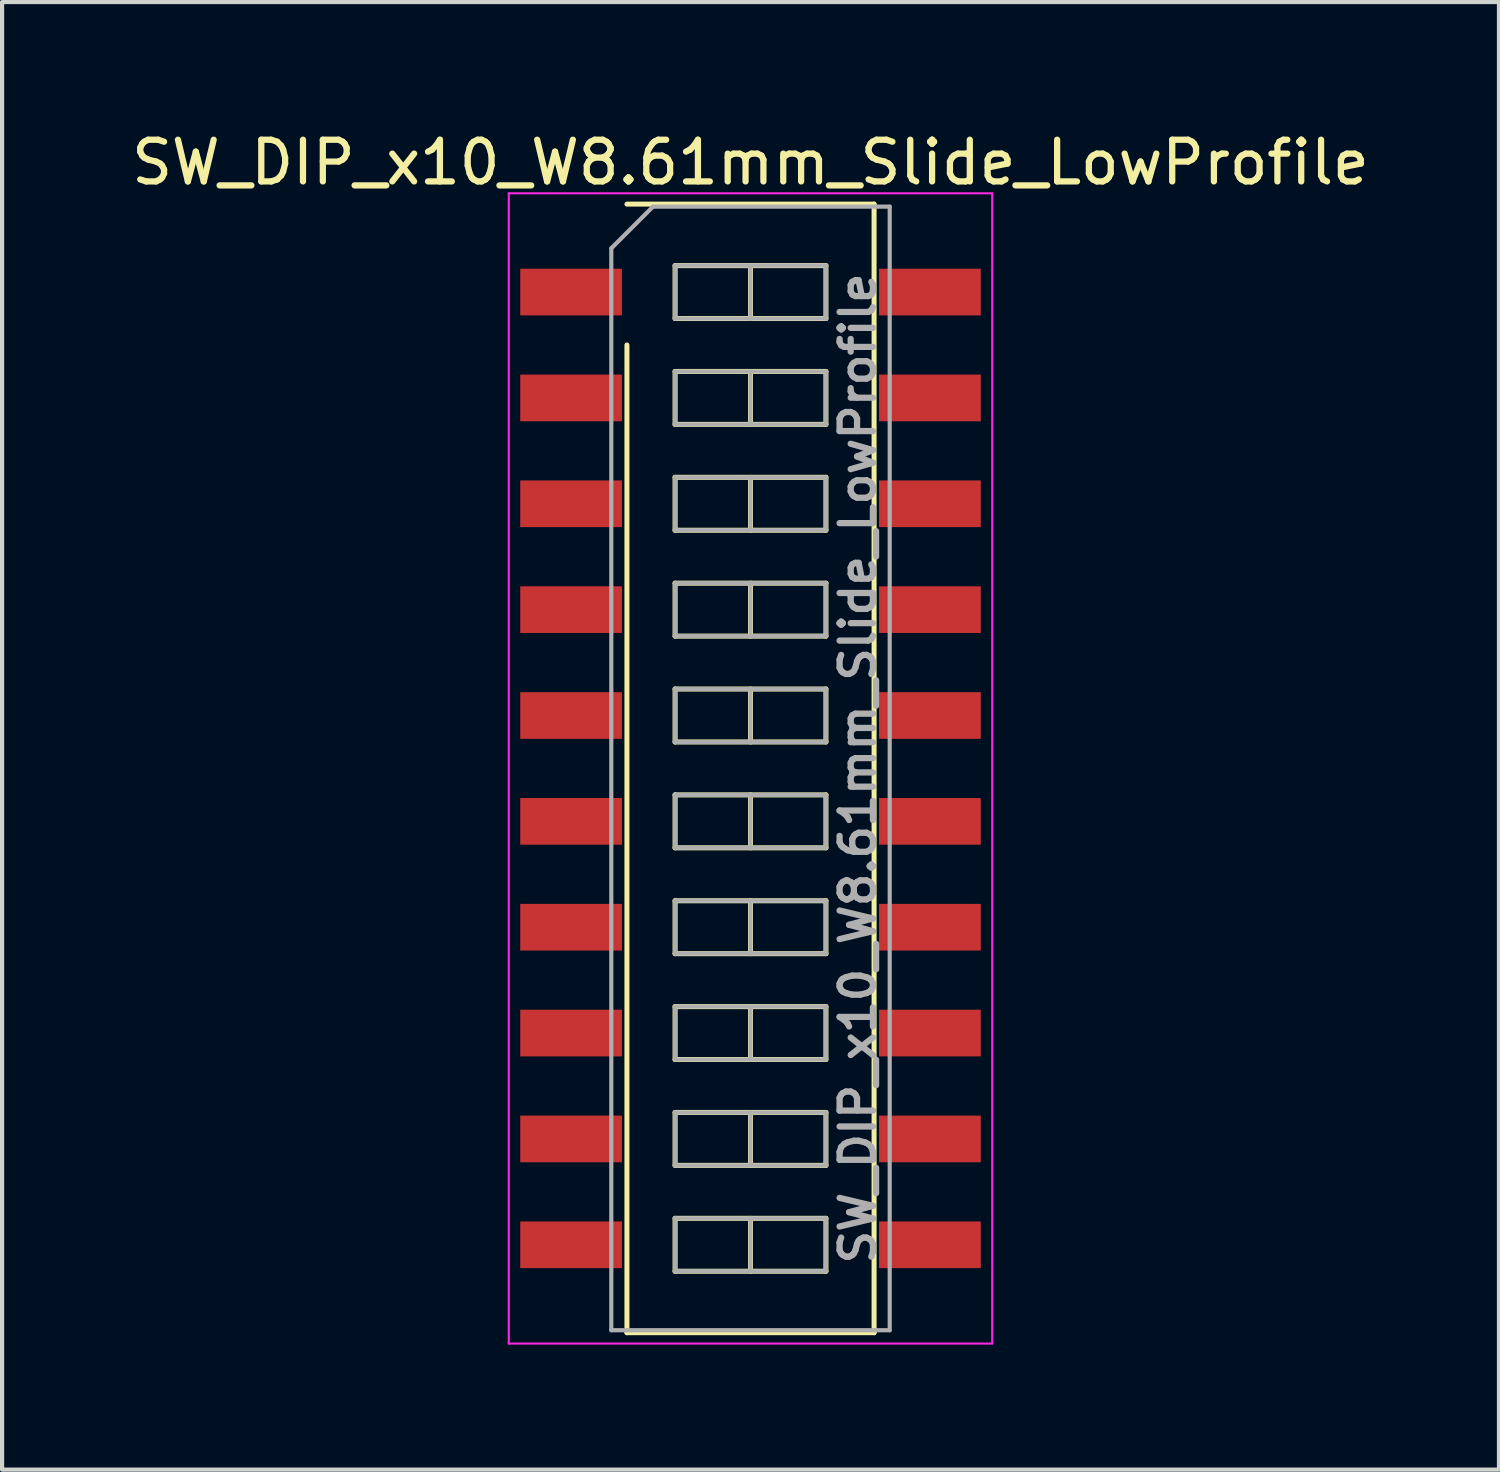
<source format=kicad_pcb>
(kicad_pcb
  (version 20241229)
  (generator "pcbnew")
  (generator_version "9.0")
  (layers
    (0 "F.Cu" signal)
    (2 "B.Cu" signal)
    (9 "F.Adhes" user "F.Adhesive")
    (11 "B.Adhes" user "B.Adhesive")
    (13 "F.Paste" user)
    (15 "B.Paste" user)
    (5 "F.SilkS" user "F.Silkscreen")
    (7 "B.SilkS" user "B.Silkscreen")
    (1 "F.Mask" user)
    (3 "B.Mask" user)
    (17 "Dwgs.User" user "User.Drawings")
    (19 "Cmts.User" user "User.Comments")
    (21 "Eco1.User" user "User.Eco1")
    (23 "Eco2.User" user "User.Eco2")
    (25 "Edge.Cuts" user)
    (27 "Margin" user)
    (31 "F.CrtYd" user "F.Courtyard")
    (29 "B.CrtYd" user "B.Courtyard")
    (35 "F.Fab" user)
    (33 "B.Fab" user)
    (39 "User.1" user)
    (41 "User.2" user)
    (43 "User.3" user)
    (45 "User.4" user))
  (footprint "SW_DIP_x10_W8.61mm_Slide_LowProfile"
    (layer "F.Cu")
    (at 14.958 15.388)
    (property "Reference" "SW_DIP_x10_W8.61mm_Slide_LowProfile" (at 0 -14.54 0) (layer "F.SilkS") (effects (font (size 1 1) (thickness 0.15))))
    (attr smd)
    (fp_line (start -2.965 -13.54) (end 2.965 -13.54) (stroke (width 0.12) (type solid)) (layer "F.SilkS"))
    (fp_line (start -2.965 13.54) (end -2.965 -10.16) (stroke (width 0.12) (type solid)) (layer "F.SilkS"))
    (fp_line (start -1.81 -12.065) (end -1.81 -10.795) (stroke (width 0.12) (type solid)) (layer "F.SilkS"))
    (fp_line (start -1.81 -10.795) (end 1.81 -10.795) (stroke (width 0.12) (type solid)) (layer "F.SilkS"))
    (fp_line (start -1.81 -9.525) (end -1.81 -8.255) (stroke (width 0.12) (type solid)) (layer "F.SilkS"))
    (fp_line (start -1.81 -8.255) (end 1.81 -8.255) (stroke (width 0.12) (type solid)) (layer "F.SilkS"))
    (fp_line (start -1.81 -6.985) (end -1.81 -5.715) (stroke (width 0.12) (type solid)) (layer "F.SilkS"))
    (fp_line (start -1.81 -5.715) (end 1.81 -5.715) (stroke (width 0.12) (type solid)) (layer "F.SilkS"))
    (fp_line (start -1.81 -4.445) (end -1.81 -3.175) (stroke (width 0.12) (type solid)) (layer "F.SilkS"))
    (fp_line (start -1.81 -3.175) (end 1.81 -3.175) (stroke (width 0.12) (type solid)) (layer "F.SilkS"))
    (fp_line (start -1.81 -1.905) (end -1.81 -0.635) (stroke (width 0.12) (type solid)) (layer "F.SilkS"))
    (fp_line (start -1.81 -0.635) (end 1.81 -0.635) (stroke (width 0.12) (type solid)) (layer "F.SilkS"))
    (fp_line (start -1.81 0.635) (end -1.81 1.905) (stroke (width 0.12) (type solid)) (layer "F.SilkS"))
    (fp_line (start -1.81 1.905) (end 1.81 1.905) (stroke (width 0.12) (type solid)) (layer "F.SilkS"))
    (fp_line (start -1.81 3.175) (end -1.81 4.445) (stroke (width 0.12) (type solid)) (layer "F.SilkS"))
    (fp_line (start -1.81 4.445) (end 1.81 4.445) (stroke (width 0.12) (type solid)) (layer "F.SilkS"))
    (fp_line (start -1.81 5.715) (end -1.81 6.985) (stroke (width 0.12) (type solid)) (layer "F.SilkS"))
    (fp_line (start -1.81 6.985) (end 1.81 6.985) (stroke (width 0.12) (type solid)) (layer "F.SilkS"))
    (fp_line (start -1.81 8.255) (end -1.81 9.525) (stroke (width 0.12) (type solid)) (layer "F.SilkS"))
    (fp_line (start -1.81 9.525) (end 1.81 9.525) (stroke (width 0.12) (type solid)) (layer "F.SilkS"))
    (fp_line (start -1.81 10.795) (end -1.81 12.065) (stroke (width 0.12) (type solid)) (layer "F.SilkS"))
    (fp_line (start -1.81 12.065) (end 1.81 12.065) (stroke (width 0.12) (type solid)) (layer "F.SilkS"))
    (fp_line (start 0 -12.065) (end 0 -10.795) (stroke (width 0.12) (type solid)) (layer "F.SilkS"))
    (fp_line (start 0 -9.525) (end 0 -8.255) (stroke (width 0.12) (type solid)) (layer "F.SilkS"))
    (fp_line (start 0 -6.985) (end 0 -5.715) (stroke (width 0.12) (type solid)) (layer "F.SilkS"))
    (fp_line (start 0 -4.445) (end 0 -3.175) (stroke (width 0.12) (type solid)) (layer "F.SilkS"))
    (fp_line (start 0 -1.905) (end 0 -0.635) (stroke (width 0.12) (type solid)) (layer "F.SilkS"))
    (fp_line (start 0 0.635) (end 0 1.905) (stroke (width 0.12) (type solid)) (layer "F.SilkS"))
    (fp_line (start 0 3.175) (end 0 4.445) (stroke (width 0.12) (type solid)) (layer "F.SilkS"))
    (fp_line (start 0 5.715) (end 0 6.985) (stroke (width 0.12) (type solid)) (layer "F.SilkS"))
    (fp_line (start 0 8.255) (end 0 9.525) (stroke (width 0.12) (type solid)) (layer "F.SilkS"))
    (fp_line (start 0 10.795) (end 0 12.065) (stroke (width 0.12) (type solid)) (layer "F.SilkS"))
    (fp_line (start 1.81 -12.065) (end -1.81 -12.065) (stroke (width 0.12) (type solid)) (layer "F.SilkS"))
    (fp_line (start 1.81 -10.795) (end 1.81 -12.065) (stroke (width 0.12) (type solid)) (layer "F.SilkS"))
    (fp_line (start 1.81 -9.525) (end -1.81 -9.525) (stroke (width 0.12) (type solid)) (layer "F.SilkS"))
    (fp_line (start 1.81 -8.255) (end 1.81 -9.525) (stroke (width 0.12) (type solid)) (layer "F.SilkS"))
    (fp_line (start 1.81 -6.985) (end -1.81 -6.985) (stroke (width 0.12) (type solid)) (layer "F.SilkS"))
    (fp_line (start 1.81 -5.715) (end 1.81 -6.985) (stroke (width 0.12) (type solid)) (layer "F.SilkS"))
    (fp_line (start 1.81 -4.445) (end -1.81 -4.445) (stroke (width 0.12) (type solid)) (layer "F.SilkS"))
    (fp_line (start 1.81 -3.175) (end 1.81 -4.445) (stroke (width 0.12) (type solid)) (layer "F.SilkS"))
    (fp_line (start 1.81 -1.905) (end -1.81 -1.905) (stroke (width 0.12) (type solid)) (layer "F.SilkS"))
    (fp_line (start 1.81 -0.635) (end 1.81 -1.905) (stroke (width 0.12) (type solid)) (layer "F.SilkS"))
    (fp_line (start 1.81 0.635) (end -1.81 0.635) (stroke (width 0.12) (type solid)) (layer "F.SilkS"))
    (fp_line (start 1.81 1.905) (end 1.81 0.635) (stroke (width 0.12) (type solid)) (layer "F.SilkS"))
    (fp_line (start 1.81 3.175) (end -1.81 3.175) (stroke (width 0.12) (type solid)) (layer "F.SilkS"))
    (fp_line (start 1.81 4.445) (end 1.81 3.175) (stroke (width 0.12) (type solid)) (layer "F.SilkS"))
    (fp_line (start 1.81 5.715) (end -1.81 5.715) (stroke (width 0.12) (type solid)) (layer "F.SilkS"))
    (fp_line (start 1.81 6.985) (end 1.81 5.715) (stroke (width 0.12) (type solid)) (layer "F.SilkS"))
    (fp_line (start 1.81 8.255) (end -1.81 8.255) (stroke (width 0.12) (type solid)) (layer "F.SilkS"))
    (fp_line (start 1.81 9.525) (end 1.81 8.255) (stroke (width 0.12) (type solid)) (layer "F.SilkS"))
    (fp_line (start 1.81 10.795) (end -1.81 10.795) (stroke (width 0.12) (type solid)) (layer "F.SilkS"))
    (fp_line (start 1.81 12.065) (end 1.81 10.795) (stroke (width 0.12) (type solid)) (layer "F.SilkS"))
    (fp_line (start 2.965 -13.54) (end 2.965 13.54) (stroke (width 0.12) (type solid)) (layer "F.SilkS"))
    (fp_line (start 2.965 13.54) (end -2.965 13.54) (stroke (width 0.12) (type solid)) (layer "F.SilkS"))
    (fp_line (start -5.8 -13.8) (end -5.8 13.8) (stroke (width 0.05) (type solid)) (layer "F.CrtYd"))
    (fp_line (start -5.8 13.8) (end 5.8 13.8) (stroke (width 0.05) (type solid)) (layer "F.CrtYd"))
    (fp_line (start 5.8 -13.8) (end -5.8 -13.8) (stroke (width 0.05) (type solid)) (layer "F.CrtYd"))
    (fp_line (start 5.8 13.8) (end 5.8 -13.8) (stroke (width 0.05) (type solid)) (layer "F.CrtYd"))
    (fp_line (start -3.34 -12.48) (end -2.34 -13.48) (stroke (width 0.1) (type solid)) (layer "F.Fab"))
    (fp_line (start -3.34 13.48) (end -3.34 -12.48) (stroke (width 0.1) (type solid)) (layer "F.Fab"))
    (fp_line (start -2.34 -13.48) (end 3.34 -13.48) (stroke (width 0.1) (type solid)) (layer "F.Fab"))
    (fp_line (start -1.81 -12.065) (end -1.81 -10.795) (stroke (width 0.1) (type solid)) (layer "F.Fab"))
    (fp_line (start -1.81 -10.795) (end 1.81 -10.795) (stroke (width 0.1) (type solid)) (layer "F.Fab"))
    (fp_line (start -1.81 -9.525) (end -1.81 -8.255) (stroke (width 0.1) (type solid)) (layer "F.Fab"))
    (fp_line (start -1.81 -8.255) (end 1.81 -8.255) (stroke (width 0.1) (type solid)) (layer "F.Fab"))
    (fp_line (start -1.81 -6.985) (end -1.81 -5.715) (stroke (width 0.1) (type solid)) (layer "F.Fab"))
    (fp_line (start -1.81 -5.715) (end 1.81 -5.715) (stroke (width 0.1) (type solid)) (layer "F.Fab"))
    (fp_line (start -1.81 -4.445) (end -1.81 -3.175) (stroke (width 0.1) (type solid)) (layer "F.Fab"))
    (fp_line (start -1.81 -3.175) (end 1.81 -3.175) (stroke (width 0.1) (type solid)) (layer "F.Fab"))
    (fp_line (start -1.81 -1.905) (end -1.81 -0.635) (stroke (width 0.1) (type solid)) (layer "F.Fab"))
    (fp_line (start -1.81 -0.635) (end 1.81 -0.635) (stroke (width 0.1) (type solid)) (layer "F.Fab"))
    (fp_line (start -1.81 0.635) (end -1.81 1.905) (stroke (width 0.1) (type solid)) (layer "F.Fab"))
    (fp_line (start -1.81 1.905) (end 1.81 1.905) (stroke (width 0.1) (type solid)) (layer "F.Fab"))
    (fp_line (start -1.81 3.175) (end -1.81 4.445) (stroke (width 0.1) (type solid)) (layer "F.Fab"))
    (fp_line (start -1.81 4.445) (end 1.81 4.445) (stroke (width 0.1) (type solid)) (layer "F.Fab"))
    (fp_line (start -1.81 5.715) (end -1.81 6.985) (stroke (width 0.1) (type solid)) (layer "F.Fab"))
    (fp_line (start -1.81 6.985) (end 1.81 6.985) (stroke (width 0.1) (type solid)) (layer "F.Fab"))
    (fp_line (start -1.81 8.255) (end -1.81 9.525) (stroke (width 0.1) (type solid)) (layer "F.Fab"))
    (fp_line (start -1.81 9.525) (end 1.81 9.525) (stroke (width 0.1) (type solid)) (layer "F.Fab"))
    (fp_line (start -1.81 10.795) (end -1.81 12.065) (stroke (width 0.1) (type solid)) (layer "F.Fab"))
    (fp_line (start -1.81 12.065) (end 1.81 12.065) (stroke (width 0.1) (type solid)) (layer "F.Fab"))
    (fp_line (start 0 -12.065) (end 0 -10.795) (stroke (width 0.1) (type solid)) (layer "F.Fab"))
    (fp_line (start 0 -9.525) (end 0 -8.255) (stroke (width 0.1) (type solid)) (layer "F.Fab"))
    (fp_line (start 0 -6.985) (end 0 -5.715) (stroke (width 0.1) (type solid)) (layer "F.Fab"))
    (fp_line (start 0 -4.445) (end 0 -3.175) (stroke (width 0.1) (type solid)) (layer "F.Fab"))
    (fp_line (start 0 -1.905) (end 0 -0.635) (stroke (width 0.1) (type solid)) (layer "F.Fab"))
    (fp_line (start 0 0.635) (end 0 1.905) (stroke (width 0.1) (type solid)) (layer "F.Fab"))
    (fp_line (start 0 3.175) (end 0 4.445) (stroke (width 0.1) (type solid)) (layer "F.Fab"))
    (fp_line (start 0 5.715) (end 0 6.985) (stroke (width 0.1) (type solid)) (layer "F.Fab"))
    (fp_line (start 0 8.255) (end 0 9.525) (stroke (width 0.1) (type solid)) (layer "F.Fab"))
    (fp_line (start 0 10.795) (end 0 12.065) (stroke (width 0.1) (type solid)) (layer "F.Fab"))
    (fp_line (start 1.81 -12.065) (end -1.81 -12.065) (stroke (width 0.1) (type solid)) (layer "F.Fab"))
    (fp_line (start 1.81 -10.795) (end 1.81 -12.065) (stroke (width 0.1) (type solid)) (layer "F.Fab"))
    (fp_line (start 1.81 -9.525) (end -1.81 -9.525) (stroke (width 0.1) (type solid)) (layer "F.Fab"))
    (fp_line (start 1.81 -8.255) (end 1.81 -9.525) (stroke (width 0.1) (type solid)) (layer "F.Fab"))
    (fp_line (start 1.81 -6.985) (end -1.81 -6.985) (stroke (width 0.1) (type solid)) (layer "F.Fab"))
    (fp_line (start 1.81 -5.715) (end 1.81 -6.985) (stroke (width 0.1) (type solid)) (layer "F.Fab"))
    (fp_line (start 1.81 -4.445) (end -1.81 -4.445) (stroke (width 0.1) (type solid)) (layer "F.Fab"))
    (fp_line (start 1.81 -3.175) (end 1.81 -4.445) (stroke (width 0.1) (type solid)) (layer "F.Fab"))
    (fp_line (start 1.81 -1.905) (end -1.81 -1.905) (stroke (width 0.1) (type solid)) (layer "F.Fab"))
    (fp_line (start 1.81 -0.635) (end 1.81 -1.905) (stroke (width 0.1) (type solid)) (layer "F.Fab"))
    (fp_line (start 1.81 0.635) (end -1.81 0.635) (stroke (width 0.1) (type solid)) (layer "F.Fab"))
    (fp_line (start 1.81 1.905) (end 1.81 0.635) (stroke (width 0.1) (type solid)) (layer "F.Fab"))
    (fp_line (start 1.81 3.175) (end -1.81 3.175) (stroke (width 0.1) (type solid)) (layer "F.Fab"))
    (fp_line (start 1.81 4.445) (end 1.81 3.175) (stroke (width 0.1) (type solid)) (layer "F.Fab"))
    (fp_line (start 1.81 5.715) (end -1.81 5.715) (stroke (width 0.1) (type solid)) (layer "F.Fab"))
    (fp_line (start 1.81 6.985) (end 1.81 5.715) (stroke (width 0.1) (type solid)) (layer "F.Fab"))
    (fp_line (start 1.81 8.255) (end -1.81 8.255) (stroke (width 0.1) (type solid)) (layer "F.Fab"))
    (fp_line (start 1.81 9.525) (end 1.81 8.255) (stroke (width 0.1) (type solid)) (layer "F.Fab"))
    (fp_line (start 1.81 10.795) (end -1.81 10.795) (stroke (width 0.1) (type solid)) (layer "F.Fab"))
    (fp_line (start 1.81 12.065) (end 1.81 10.795) (stroke (width 0.1) (type solid)) (layer "F.Fab"))
    (fp_line (start 3.34 -13.48) (end 3.34 13.48) (stroke (width 0.1) (type solid)) (layer "F.Fab"))
    (fp_line (start 3.34 13.48) (end -3.34 13.48) (stroke (width 0.1) (type solid)) (layer "F.Fab"))
    (fp_text user "${REFERENCE}" (at 2.575 0 90) (layer "F.Fab") (effects (font (size 0.8 0.8) (thickness 0.15))))
    (pad "1" smd rect (at -4.305 -11.43) (size 2.44 1.12) (layers "F.Cu" "F.Mask" "F.Paste"))
    (pad "2" smd rect (at -4.305 -8.89) (size 2.44 1.12) (layers "F.Cu" "F.Mask" "F.Paste"))
    (pad "3" smd rect (at -4.305 -6.35) (size 2.44 1.12) (layers "F.Cu" "F.Mask" "F.Paste"))
    (pad "4" smd rect (at -4.305 -3.81) (size 2.44 1.12) (layers "F.Cu" "F.Mask" "F.Paste"))
    (pad "5" smd rect (at -4.305 -1.27) (size 2.44 1.12) (layers "F.Cu" "F.Mask" "F.Paste"))
    (pad "6" smd rect (at -4.305 1.27) (size 2.44 1.12) (layers "F.Cu" "F.Mask" "F.Paste"))
    (pad "7" smd rect (at -4.305 3.81) (size 2.44 1.12) (layers "F.Cu" "F.Mask" "F.Paste"))
    (pad "8" smd rect (at -4.305 6.35) (size 2.44 1.12) (layers "F.Cu" "F.Mask" "F.Paste"))
    (pad "9" smd rect (at -4.305 8.89) (size 2.44 1.12) (layers "F.Cu" "F.Mask" "F.Paste"))
    (pad "10" smd rect (at -4.305 11.43) (size 2.44 1.12) (layers "F.Cu" "F.Mask" "F.Paste"))
    (pad "11" smd rect (at 4.305 11.43) (size 2.44 1.12) (layers "F.Cu" "F.Mask" "F.Paste"))
    (pad "12" smd rect (at 4.305 8.89) (size 2.44 1.12) (layers "F.Cu" "F.Mask" "F.Paste"))
    (pad "13" smd rect (at 4.305 6.35) (size 2.44 1.12) (layers "F.Cu" "F.Mask" "F.Paste"))
    (pad "14" smd rect (at 4.305 3.81) (size 2.44 1.12) (layers "F.Cu" "F.Mask" "F.Paste"))
    (pad "15" smd rect (at 4.305 1.27) (size 2.44 1.12) (layers "F.Cu" "F.Mask" "F.Paste"))
    (pad "16" smd rect (at 4.305 -1.27) (size 2.44 1.12) (layers "F.Cu" "F.Mask" "F.Paste"))
    (pad "17" smd rect (at 4.305 -3.81) (size 2.44 1.12) (layers "F.Cu" "F.Mask" "F.Paste"))
    (pad "18" smd rect (at 4.305 -6.35) (size 2.44 1.12) (layers "F.Cu" "F.Mask" "F.Paste"))
    (pad "19" smd rect (at 4.305 -8.89) (size 2.44 1.12) (layers "F.Cu" "F.Mask" "F.Paste"))
    (pad "20" smd rect (at 4.305 -11.43) (size 2.44 1.12) (layers "F.Cu" "F.Mask" "F.Paste")))
  (gr_rect
    (start -3 -3)
    (end 32.917 32.213)
    (stroke (width 0.1) (type default))
    (fill no)
    (layer "Edge.Cuts")))
</source>
